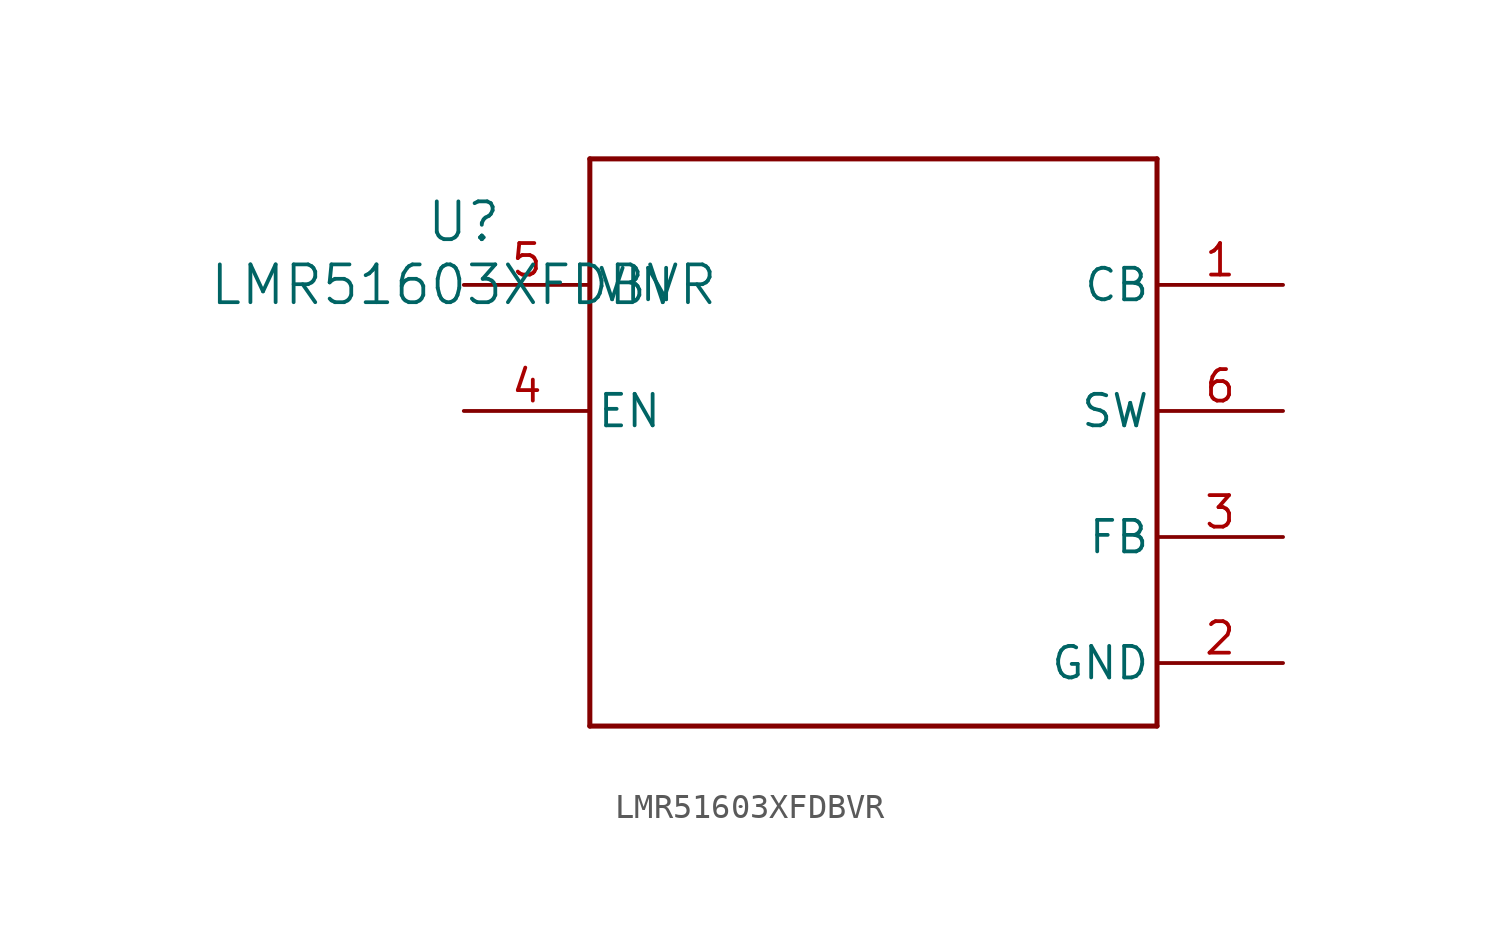
<source format=kicad_sym>
(kicad_symbol_lib
  (version 20211014)
  (generator kicad_symbol_editor)
  (symbol "LMR51603XFDBVR"
    (pin_names
      (offset 0.254))
    (property "Reference" "U"
      (at 0 2.54 0)
      (effects (font (size 1.524 1.524))))
    (property "Value" "LMR51603XFDBVR"
      (at 0 0 0)
      (effects (font (size 1.524 1.524))))
    (symbol "LMR51603XFDBVR_0_1"
      (polyline (pts (xy 5.08 -17.78) (xy 27.94 -17.78)) (stroke (width 0.203) (type default) (color 0 0 0 0)) (fill (type none)))
      (polyline (pts (xy 27.94 -17.78) (xy 27.94 5.08)) (stroke (width 0.203) (type default) (color 0 0 0 0)) (fill (type none)))
      (polyline (pts (xy 27.94 5.08) (xy 5.08 5.08)) (stroke (width 0.203) (type default) (color 0 0 0 0)) (fill (type none)))
      (polyline (pts (xy 5.08 5.08) (xy 5.08 -17.78)) (stroke (width 0.203) (type default) (color 0 0 0 0)) (fill (type none)))
      (pin unspecified line (at 33.02 0 180) (length 5.08) (name "CB" (effects (font (size 1.27 1.27)))) (number "1" (effects (font (size 1.27 1.27)))))
      (pin power_in line (at 33.02 -15.24 180) (length 5.08) (name "GND" (effects (font (size 1.27 1.27)))) (number "2" (effects (font (size 1.27 1.27)))))
      (pin unspecified line (at 33.02 -10.16 180) (length 5.08) (name "FB" (effects (font (size 1.27 1.27)))) (number "3" (effects (font (size 1.27 1.27)))))
      (pin input line (at 0 -5.08 0) (length 5.08) (name "EN" (effects (font (size 1.27 1.27)))) (number "4" (effects (font (size 1.27 1.27)))))
      (pin power_in line (at 0 0 0) (length 5.08) (name "VIN" (effects (font (size 1.27 1.27)))) (number "5" (effects (font (size 1.27 1.27)))))
      (pin unspecified line (at 33.02 -5.08 180) (length 5.08) (name "SW" (effects (font (size 1.27 1.27)))) (number "6" (effects (font (size 1.27 1.27))))))))
</source>
